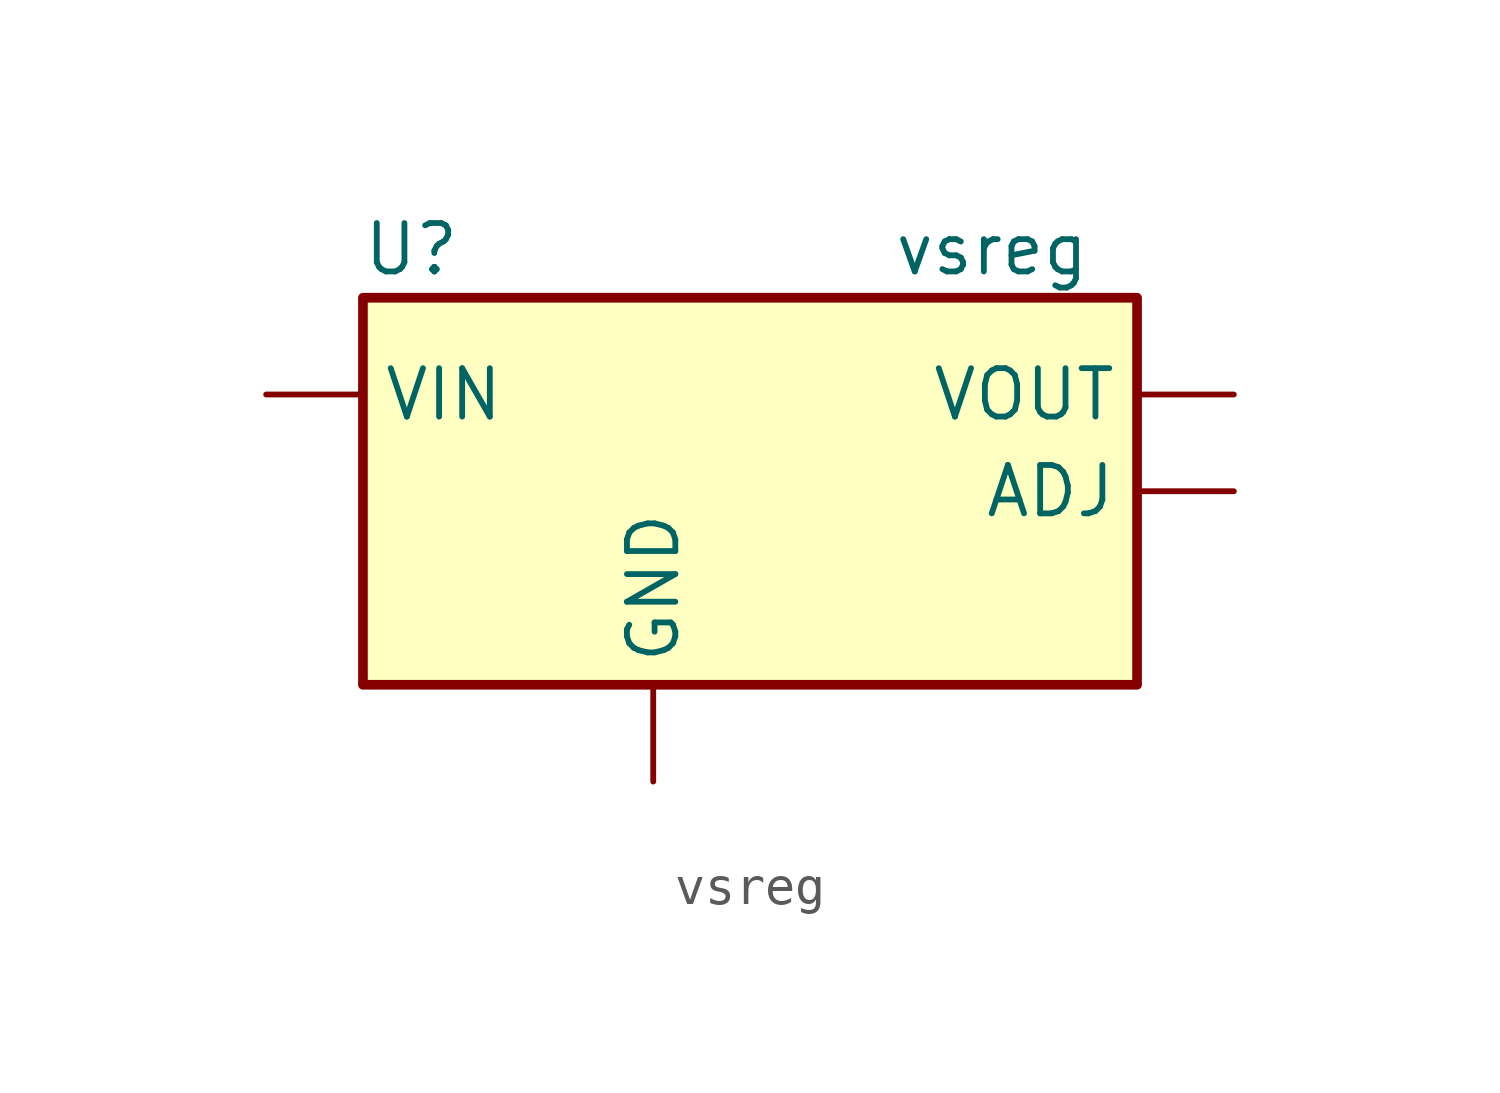
<source format=kicad_sym>
(kicad_symbol_lib
  (version 20241209)
  (generator "kicad_symbol_editor")
  (generator_version "9.0")
  (symbol "vsreg"
    (property "Reference" "U"
      (at -8.89 6.35 0)
      (effects (font (size 1.27 1.27))))
    (property "Value" "vsreg"
      (at 6.35 6.35 0)
      (effects (font (size 1.27 1.27))))
    (symbol "vsreg_0_1"
      (rectangle (start -10.16 5.08) (end 10.16 -5.08) (stroke (width 0.254) (type default)) (fill (type background))))
    (symbol "vsreg_1_1"
      (pin power_in line (at -12.7 2.54 0) (length 2.54) (name "VIN" (effects (font (size 1.27 1.27)))) (number "" (effects (font (size 1.27 1.27)))))
      (pin power_in line (at -2.54 -7.62 90) (length 2.54) (name "GND" (effects (font (size 1.27 1.27)))) (number "" (effects (font (size 1.27 1.27)))))
      (pin power_out line (at 12.7 2.54 180) (length 2.54) (name "VOUT" (effects (font (size 1.27 1.27)))) (number "" (effects (font (size 1.27 1.27)))))
      (pin input line (at 12.7 0 180) (length 2.54) (name "ADJ" (effects (font (size 1.27 1.27)))) (number "" (effects (font (size 1.27 1.27))))))))
</source>
